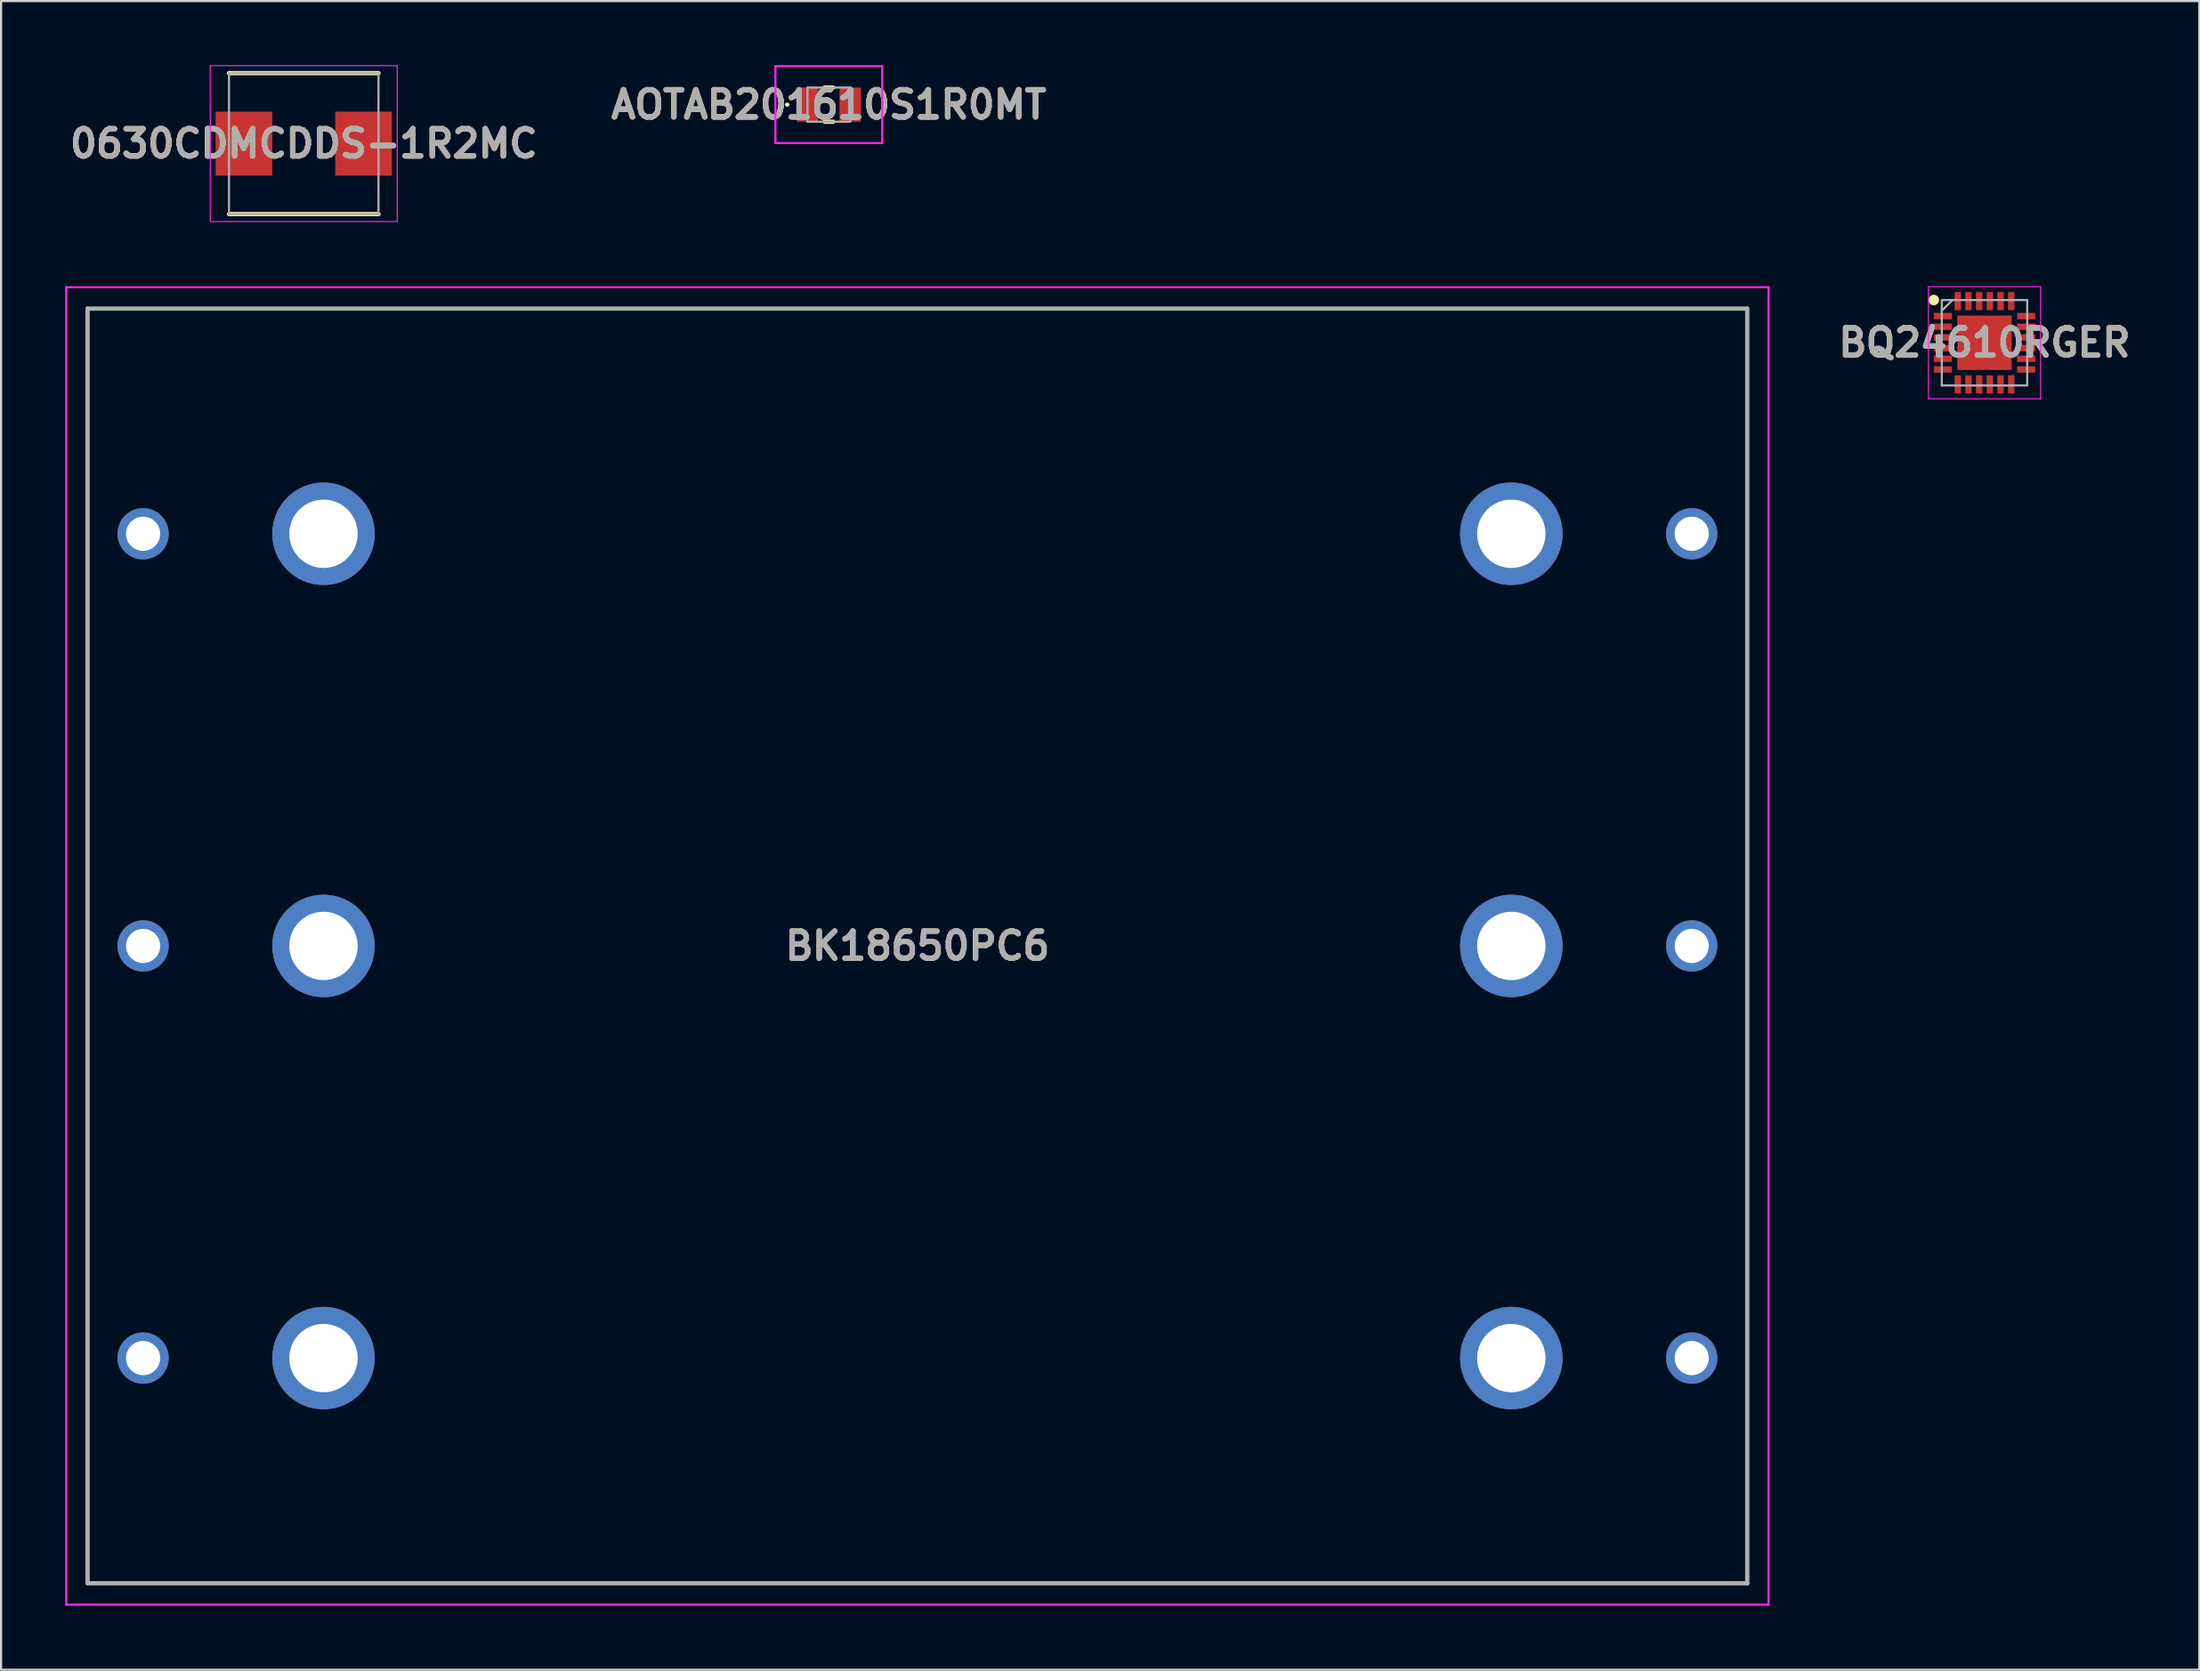
<source format=kicad_pcb>
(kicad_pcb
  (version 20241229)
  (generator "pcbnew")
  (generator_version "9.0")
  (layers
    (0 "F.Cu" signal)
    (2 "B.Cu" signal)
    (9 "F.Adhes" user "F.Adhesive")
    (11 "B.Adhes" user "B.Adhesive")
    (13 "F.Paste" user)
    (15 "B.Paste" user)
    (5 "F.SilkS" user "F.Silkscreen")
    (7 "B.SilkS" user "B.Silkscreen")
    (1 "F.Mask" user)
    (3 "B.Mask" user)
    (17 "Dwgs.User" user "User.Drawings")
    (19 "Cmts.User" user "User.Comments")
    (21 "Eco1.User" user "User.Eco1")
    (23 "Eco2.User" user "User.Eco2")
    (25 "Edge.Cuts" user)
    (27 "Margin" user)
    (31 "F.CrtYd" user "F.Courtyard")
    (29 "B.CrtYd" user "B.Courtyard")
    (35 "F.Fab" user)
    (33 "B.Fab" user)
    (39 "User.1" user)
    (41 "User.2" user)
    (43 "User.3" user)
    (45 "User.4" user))
  (footprint "0630CDMCDDS-1R2MC"
    (layer "F.Cu")
    (at 11.17 3.675)
    (property "Reference" "0630CDMCDDS-1R2MC" (at 0 0 0) (layer "F.SilkS") (effects (font (size 1.27 1.27) (thickness 0.254))))
    (attr smd)
    (fp_line (start -3.5 3.3) (end 3.5 3.3) (stroke (width 0.2) (type solid)) (layer "F.SilkS"))
    (fp_line (start 3.5 -3.3) (end -3.5 -3.3) (stroke (width 0.2) (type solid)) (layer "F.SilkS"))
    (fp_line (start -4.375 -3.65) (end 4.375 -3.65) (stroke (width 0.05) (type solid)) (layer "F.CrtYd"))
    (fp_line (start -4.375 3.65) (end -4.375 -3.65) (stroke (width 0.05) (type solid)) (layer "F.CrtYd"))
    (fp_line (start 4.375 -3.65) (end 4.375 3.65) (stroke (width 0.05) (type solid)) (layer "F.CrtYd"))
    (fp_line (start 4.375 3.65) (end -4.375 3.65) (stroke (width 0.05) (type solid)) (layer "F.CrtYd"))
    (fp_line (start -3.5 -3.3) (end 3.5 -3.3) (stroke (width 0.1) (type solid)) (layer "F.Fab"))
    (fp_line (start -3.5 3.3) (end -3.5 -3.3) (stroke (width 0.1) (type solid)) (layer "F.Fab"))
    (fp_line (start 3.5 -3.3) (end 3.5 3.3) (stroke (width 0.1) (type solid)) (layer "F.Fab"))
    (fp_line (start 3.5 3.3) (end -3.5 3.3) (stroke (width 0.1) (type solid)) (layer "F.Fab"))
    (fp_text user "${REFERENCE}" (at 0 0 0) (layer "F.Fab") (effects (font (size 1.27 1.27) (thickness 0.254))))
    (pad "1" smd rect (at -2.8 0) (size 2.65 3) (layers "F.Cu" "F.Mask" "F.Paste"))
    (pad "2" smd rect (at 2.8 0) (size 2.65 3) (layers "F.Cu" "F.Mask" "F.Paste")))
  (footprint "BK18650PC6"
    (layer "F.Cu")
    (at 39.9 41.245)
    (property "Reference" "BK18650PC6" (at 0 0 0) (layer "F.SilkS") (effects (font (size 1.27 1.27) (thickness 0.254))))
    (attr through_hole)
    (fp_line (start -38.85 -29.845) (end 38.85 -29.845) (stroke (width 0.1) (type solid)) (layer "F.SilkS"))
    (fp_line (start -38.85 29.845) (end -38.85 -29.845) (stroke (width 0.1) (type solid)) (layer "F.SilkS"))
    (fp_line (start 38.85 -29.845) (end 38.85 29.845) (stroke (width 0.1) (type solid)) (layer "F.SilkS"))
    (fp_line (start 38.85 29.845) (end -38.85 29.845) (stroke (width 0.1) (type solid)) (layer "F.SilkS"))
    (fp_line (start -39.85 -30.845) (end 39.85 -30.845) (stroke (width 0.1) (type solid)) (layer "F.CrtYd"))
    (fp_line (start -39.85 30.845) (end -39.85 -30.845) (stroke (width 0.1) (type solid)) (layer "F.CrtYd"))
    (fp_line (start 39.85 -30.845) (end 39.85 30.845) (stroke (width 0.1) (type solid)) (layer "F.CrtYd"))
    (fp_line (start 39.85 30.845) (end -39.85 30.845) (stroke (width 0.1) (type solid)) (layer "F.CrtYd"))
    (fp_line (start -38.85 -29.845) (end 38.85 -29.845) (stroke (width 0.2) (type solid)) (layer "F.Fab"))
    (fp_line (start -38.85 29.845) (end -38.85 -29.845) (stroke (width 0.2) (type solid)) (layer "F.Fab"))
    (fp_line (start 38.85 -29.845) (end 38.85 29.845) (stroke (width 0.2) (type solid)) (layer "F.Fab"))
    (fp_line (start 38.85 29.845) (end -38.85 29.845) (stroke (width 0.2) (type solid)) (layer "F.Fab"))
    (fp_text user "${REFERENCE}" (at 0 0 0) (layer "F.Fab") (effects (font (size 1.27 1.27) (thickness 0.254))))
    (pad "1+" thru_hole circle (at -36.25 -19.3) (size 2.4 2.4) (drill 1.6) (layers "*.Cu" "*.Mask"))
    (pad "1-" thru_hole circle (at 36.25 -19.3) (size 2.4 2.4) (drill 1.6) (layers "*.Cu" "*.Mask"))
    (pad "2+" thru_hole circle (at -36.25 0) (size 2.4 2.4) (drill 1.6) (layers "*.Cu" "*.Mask"))
    (pad "2-" thru_hole circle (at 36.25 0) (size 2.4 2.4) (drill 1.6) (layers "*.Cu" "*.Mask"))
    (pad "3+" thru_hole circle (at -36.25 19.3) (size 2.4 2.4) (drill 1.6) (layers "*.Cu" "*.Mask"))
    (pad "3-" thru_hole circle (at 36.25 19.3) (size 2.4 2.4) (drill 1.6) (layers "*.Cu" "*.Mask"))
    (pad "7" thru_hole circle (at -27.805 -19.3) (size 4.8 4.8) (drill 3.2) (layers "*.Cu" "*.Mask"))
    (pad "8" thru_hole circle (at -27.805 0) (size 4.8 4.8) (drill 3.2) (layers "*.Cu" "*.Mask"))
    (pad "9" thru_hole circle (at -27.805 19.3) (size 4.8 4.8) (drill 3.2) (layers "*.Cu" "*.Mask"))
    (pad "10" thru_hole circle (at 27.805 19.3) (size 4.8 4.8) (drill 3.2) (layers "*.Cu" "*.Mask"))
    (pad "11" thru_hole circle (at 27.805 0) (size 4.8 4.8) (drill 3.2) (layers "*.Cu" "*.Mask"))
    (pad "12" thru_hole circle (at 27.805 -19.3) (size 4.8 4.8) (drill 3.2) (layers "*.Cu" "*.Mask")))
  (footprint "AOTAB201610S1R0MT"
    (layer "F.Cu")
    (at 35.754 1.85)
    (property "Reference" "AOTAB201610S1R0MT" (at 0 0 0) (layer "F.SilkS") (effects (font (size 1.27 1.27) (thickness 0.254))))
    (attr smd)
    (fp_line (start -2 0) (end -2 0) (stroke (width 0.1) (type solid)) (layer "F.SilkS"))
    (fp_line (start -1.9 0) (end -1.9 0) (stroke (width 0.1) (type solid)) (layer "F.SilkS"))
    (fp_line (start -0.2 -0.8) (end 0.2 -0.8) (stroke (width 0.2) (type solid)) (layer "F.SilkS"))
    (fp_line (start -0.2 0.8) (end 0.2 0.8) (stroke (width 0.2) (type solid)) (layer "F.SilkS"))
    (fp_arc (start -2 0) (mid -1.95 -0.05) (end -1.9 0) (stroke (width 0.1) (type solid)) (layer "F.SilkS"))
    (fp_arc (start -1.9 0) (mid -1.95 0.05) (end -2 0) (stroke (width 0.1) (type solid)) (layer "F.SilkS"))
    (fp_line (start -2.5 -1.8) (end 2.5 -1.8) (stroke (width 0.1) (type solid)) (layer "F.CrtYd"))
    (fp_line (start -2.5 1.8) (end -2.5 -1.8) (stroke (width 0.1) (type solid)) (layer "F.CrtYd"))
    (fp_line (start 2.5 -1.8) (end 2.5 1.8) (stroke (width 0.1) (type solid)) (layer "F.CrtYd"))
    (fp_line (start 2.5 1.8) (end -2.5 1.8) (stroke (width 0.1) (type solid)) (layer "F.CrtYd"))
    (fp_line (start -1 -0.8) (end 1 -0.8) (stroke (width 0.1) (type solid)) (layer "F.Fab"))
    (fp_line (start -1 0.8) (end -1 -0.8) (stroke (width 0.1) (type solid)) (layer "F.Fab"))
    (fp_line (start 1 -0.8) (end 1 0.8) (stroke (width 0.1) (type solid)) (layer "F.Fab"))
    (fp_line (start 1 0.8) (end -1 0.8) (stroke (width 0.1) (type solid)) (layer "F.Fab"))
    (fp_text user "${REFERENCE}" (at 0 0 0) (layer "F.Fab") (effects (font (size 1.27 1.27) (thickness 0.254))))
    (pad "1" smd rect (at -1 0) (size 1 1.6) (layers "F.Cu" "F.Mask" "F.Paste"))
    (pad "2" smd rect (at 1 0) (size 1 1.6) (layers "F.Cu" "F.Mask" "F.Paste")))
  (footprint "BQ24610RGER"
    (layer "F.Cu")
    (at 89.858 13)
    (property "Reference" "BQ24610RGER" (at 0 0 0) (layer "F.SilkS") (effects (font (size 1.27 1.27) (thickness 0.254))))
    (attr smd)
    (fp_circle (center -2.375 -2) (end -2.375 -1.875) (stroke (width 0.25) (type solid)) (fill no) (layer "F.SilkS"))
    (fp_line (start -2.625 -2.625) (end 2.625 -2.625) (stroke (width 0.05) (type solid)) (layer "F.CrtYd"))
    (fp_line (start -2.625 2.625) (end -2.625 -2.625) (stroke (width 0.05) (type solid)) (layer "F.CrtYd"))
    (fp_line (start 2.625 -2.625) (end 2.625 2.625) (stroke (width 0.05) (type solid)) (layer "F.CrtYd"))
    (fp_line (start 2.625 2.625) (end -2.625 2.625) (stroke (width 0.05) (type solid)) (layer "F.CrtYd"))
    (fp_line (start -2 -2) (end 2 -2) (stroke (width 0.1) (type solid)) (layer "F.Fab"))
    (fp_line (start -2 -1.5) (end -1.5 -2) (stroke (width 0.1) (type solid)) (layer "F.Fab"))
    (fp_line (start -2 2) (end -2 -2) (stroke (width 0.1) (type solid)) (layer "F.Fab"))
    (fp_line (start 2 -2) (end 2 2) (stroke (width 0.1) (type solid)) (layer "F.Fab"))
    (fp_line (start 2 2) (end -2 2) (stroke (width 0.1) (type solid)) (layer "F.Fab"))
    (fp_text user "${REFERENCE}" (at 0 0 0) (layer "F.Fab") (effects (font (size 1.27 1.27) (thickness 0.254))))
    (pad "1" smd rect (at -1.95 -1.25 90) (size 0.3 0.85) (layers "F.Cu" "F.Mask" "F.Paste"))
    (pad "2" smd rect (at -1.95 -0.75 90) (size 0.3 0.85) (layers "F.Cu" "F.Mask" "F.Paste"))
    (pad "3" smd rect (at -1.95 -0.25 90) (size 0.3 0.85) (layers "F.Cu" "F.Mask" "F.Paste"))
    (pad "4" smd rect (at -1.95 0.25 90) (size 0.3 0.85) (layers "F.Cu" "F.Mask" "F.Paste"))
    (pad "5" smd rect (at -1.95 0.75 90) (size 0.3 0.85) (layers "F.Cu" "F.Mask" "F.Paste"))
    (pad "6" smd rect (at -1.95 1.25 90) (size 0.3 0.85) (layers "F.Cu" "F.Mask" "F.Paste"))
    (pad "7" smd rect (at -1.25 1.95) (size 0.3 0.85) (layers "F.Cu" "F.Mask" "F.Paste"))
    (pad "8" smd rect (at -0.75 1.95) (size 0.3 0.85) (layers "F.Cu" "F.Mask" "F.Paste"))
    (pad "9" smd rect (at -0.25 1.95) (size 0.3 0.85) (layers "F.Cu" "F.Mask" "F.Paste"))
    (pad "10" smd rect (at 0.25 1.95) (size 0.3 0.85) (layers "F.Cu" "F.Mask" "F.Paste"))
    (pad "11" smd rect (at 0.75 1.95) (size 0.3 0.85) (layers "F.Cu" "F.Mask" "F.Paste"))
    (pad "12" smd rect (at 1.25 1.95) (size 0.3 0.85) (layers "F.Cu" "F.Mask" "F.Paste"))
    (pad "13" smd rect (at 1.95 1.25 90) (size 0.3 0.85) (layers "F.Cu" "F.Mask" "F.Paste"))
    (pad "14" smd rect (at 1.95 0.75 90) (size 0.3 0.85) (layers "F.Cu" "F.Mask" "F.Paste"))
    (pad "15" smd rect (at 1.95 0.25 90) (size 0.3 0.85) (layers "F.Cu" "F.Mask" "F.Paste"))
    (pad "16" smd rect (at 1.95 -0.25 90) (size 0.3 0.85) (layers "F.Cu" "F.Mask" "F.Paste"))
    (pad "17" smd rect (at 1.95 -0.75 90) (size 0.3 0.85) (layers "F.Cu" "F.Mask" "F.Paste"))
    (pad "18" smd rect (at 1.95 -1.25 90) (size 0.3 0.85) (layers "F.Cu" "F.Mask" "F.Paste"))
    (pad "19" smd rect (at 1.25 -1.95) (size 0.3 0.85) (layers "F.Cu" "F.Mask" "F.Paste"))
    (pad "20" smd rect (at 0.75 -1.95) (size 0.3 0.85) (layers "F.Cu" "F.Mask" "F.Paste"))
    (pad "21" smd rect (at 0.25 -1.95) (size 0.3 0.85) (layers "F.Cu" "F.Mask" "F.Paste"))
    (pad "22" smd rect (at -0.25 -1.95) (size 0.3 0.85) (layers "F.Cu" "F.Mask" "F.Paste"))
    (pad "23" smd rect (at -0.75 -1.95) (size 0.3 0.85) (layers "F.Cu" "F.Mask" "F.Paste"))
    (pad "24" smd rect (at -1.25 -1.95) (size 0.3 0.85) (layers "F.Cu" "F.Mask" "F.Paste"))
    (pad "25" smd rect (at 0 0) (size 2.55 2.55) (layers "F.Cu" "F.Mask" "F.Paste")))
  (gr_rect
    (start -3 -3)
    (end 99.915 75.14)
    (stroke (width 0.1) (type default))
    (fill no)
    (layer "Edge.Cuts")))
</source>
